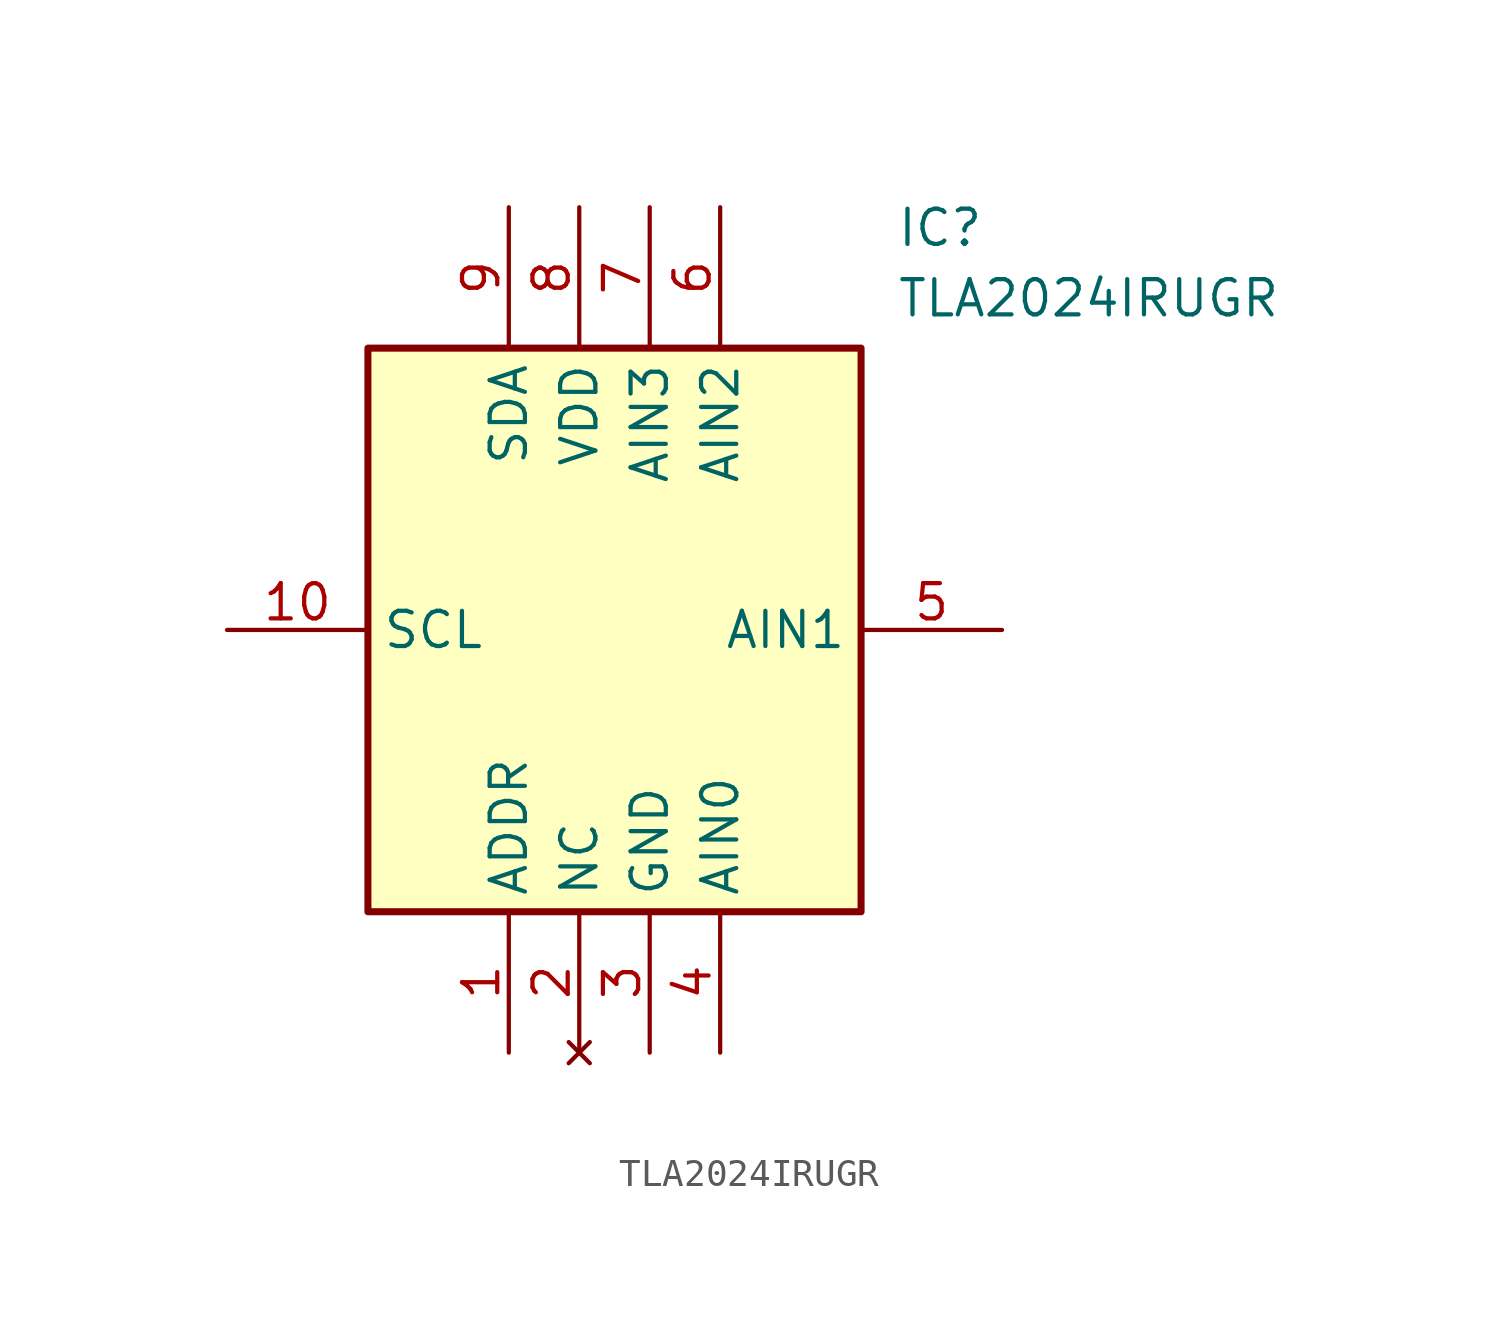
<source format=kicad_sym>
(kicad_symbol_lib
  (version 20211014)
  (generator SamacSys_ECAD_Model)
  (symbol "TLA2024IRUGR"
    (property "Reference" "IC"
      (at 24.13 15.24 0)
      (effects (font (size 1.27 1.27)) (justify left top)))
    (property "Value" "TLA2024IRUGR"
      (at 24.13 12.7 0)
      (effects (font (size 1.27 1.27)) (justify left top)))
    (rectangle
      (start 5.08 10.16)
      (end 22.86 -10.16)
      (stroke (width 0.254) (type default))
      (fill (type background)))
    (pin passive line
      (at 10.16 -15.24 90)
      (length 5.08)
      (name "ADDR" (effects (font (size 1.27 1.27))))
      (number "1" (effects (font (size 1.27 1.27)))))
    (pin no_connect line
      (at 12.7 -15.24 90)
      (length 5.08)
      (name "NC" (effects (font (size 1.27 1.27))))
      (number "2" (effects (font (size 1.27 1.27)))))
    (pin passive line
      (at 15.24 -15.24 90)
      (length 5.08)
      (name "GND" (effects (font (size 1.27 1.27))))
      (number "3" (effects (font (size 1.27 1.27)))))
    (pin passive line
      (at 17.78 -15.24 90)
      (length 5.08)
      (name "AIN0" (effects (font (size 1.27 1.27))))
      (number "4" (effects (font (size 1.27 1.27)))))
    (pin passive line
      (at 27.94 0 180)
      (length 5.08)
      (name "AIN1" (effects (font (size 1.27 1.27))))
      (number "5" (effects (font (size 1.27 1.27)))))
    (pin passive line
      (at 17.78 15.24 270)
      (length 5.08)
      (name "AIN2" (effects (font (size 1.27 1.27))))
      (number "6" (effects (font (size 1.27 1.27)))))
    (pin passive line
      (at 15.24 15.24 270)
      (length 5.08)
      (name "AIN3" (effects (font (size 1.27 1.27))))
      (number "7" (effects (font (size 1.27 1.27)))))
    (pin passive line
      (at 12.7 15.24 270)
      (length 5.08)
      (name "VDD" (effects (font (size 1.27 1.27))))
      (number "8" (effects (font (size 1.27 1.27)))))
    (pin passive line
      (at 10.16 15.24 270)
      (length 5.08)
      (name "SDA" (effects (font (size 1.27 1.27))))
      (number "9" (effects (font (size 1.27 1.27)))))
    (pin passive line
      (at 0 0 0)
      (length 5.08)
      (name "SCL" (effects (font (size 1.27 1.27))))
      (number "10" (effects (font (size 1.27 1.27)))))))
</source>
